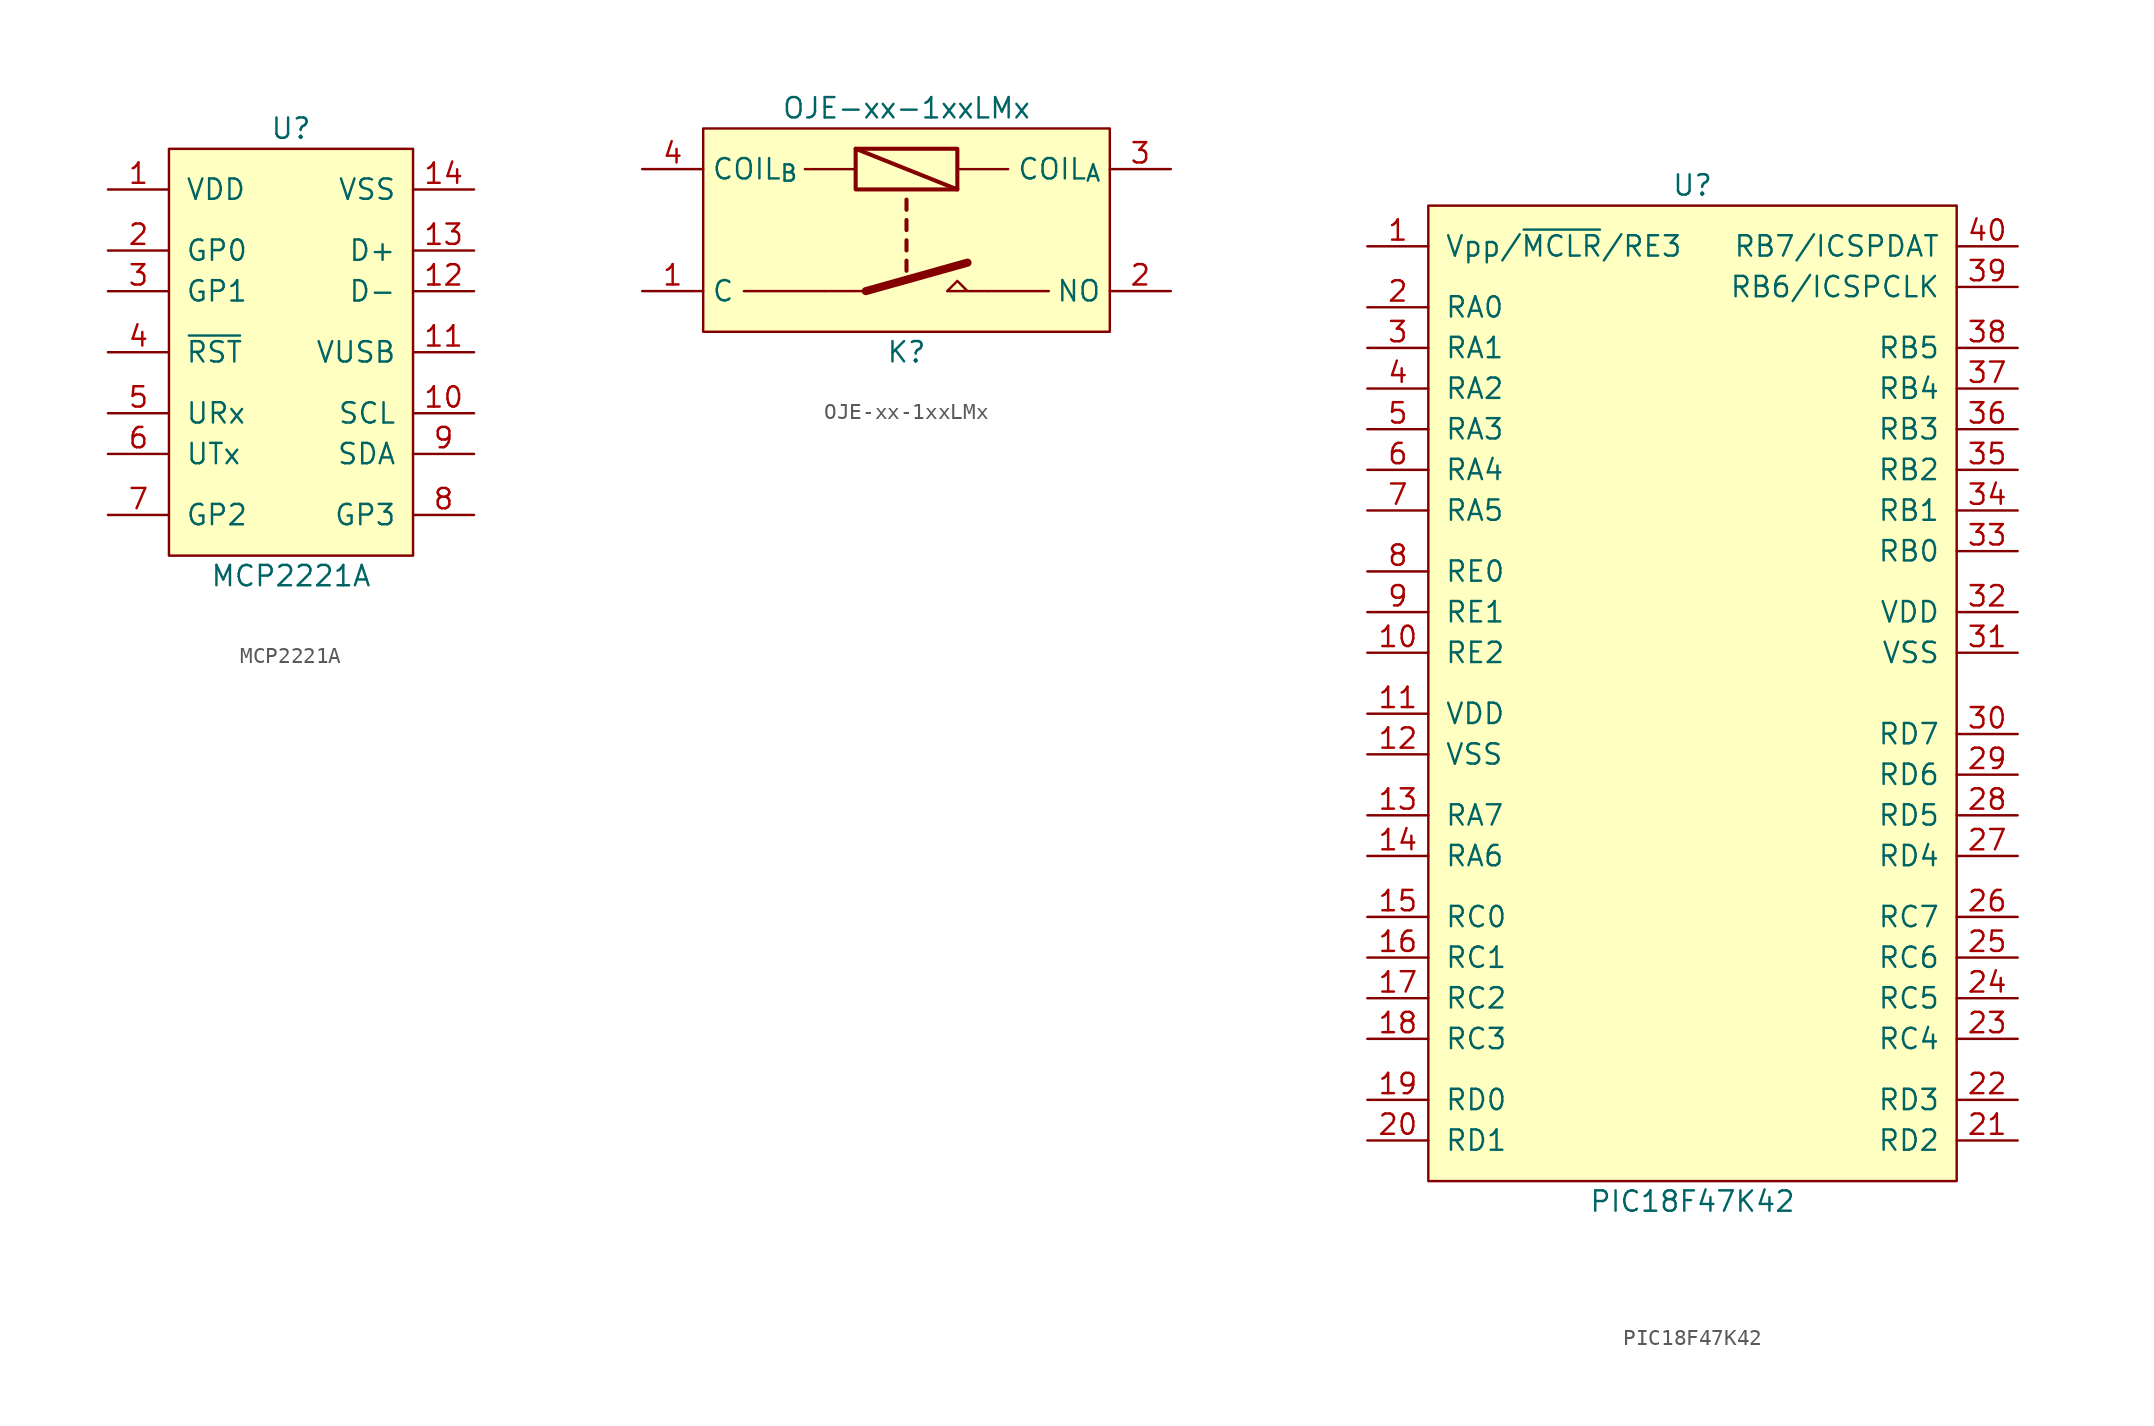
<source format=kicad_sym>
(kicad_symbol_lib
  (version 20211014)
  (generator kicad_symbol_editor)
  (symbol "MCP2221A"
    (pin_names
      (offset 1.016))
    (property "Reference" "U"
      (at 0 13.97 0)
      (effects (font (size 1.27 1.27))))
    (property "Value" "MCP2221A"
      (at 0 -13.97 0)
      (effects (font (size 1.27 1.27))))
    (symbol "MCP2221A_0_0"
      (pin power_in line (at -11.43 10.16 0) (length 3.81) (name "VDD" (effects (font (size 1.27 1.27)))) (number "1" (effects (font (size 1.27 1.27)))))
      (pin bidirectional line (at 11.43 -3.81 180) (length 3.81) (name "SCL" (effects (font (size 1.27 1.27)))) (number "10" (effects (font (size 1.27 1.27)))))
      (pin power_out line (at 11.43 0 180) (length 3.81) (name "VUSB" (effects (font (size 1.27 1.27)))) (number "11" (effects (font (size 1.27 1.27)))))
      (pin bidirectional line (at 11.43 3.81 180) (length 3.81) (name "D-" (effects (font (size 1.27 1.27)))) (number "12" (effects (font (size 1.27 1.27)))))
      (pin bidirectional line (at 11.43 6.35 180) (length 3.81) (name "D+" (effects (font (size 1.27 1.27)))) (number "13" (effects (font (size 1.27 1.27)))))
      (pin power_in line (at 11.43 10.16 180) (length 3.81) (name "VSS" (effects (font (size 1.27 1.27)))) (number "14" (effects (font (size 1.27 1.27)))))
      (pin bidirectional line (at -11.43 6.35 0) (length 3.81) (name "GP0" (effects (font (size 1.27 1.27)))) (number "2" (effects (font (size 1.27 1.27)))))
      (pin bidirectional line (at -11.43 3.81 0) (length 3.81) (name "GP1" (effects (font (size 1.27 1.27)))) (number "3" (effects (font (size 1.27 1.27)))))
      (pin input line (at -11.43 0 0) (length 3.81) (name "~{RST}" (effects (font (size 1.27 1.27)))) (number "4" (effects (font (size 1.27 1.27)))))
      (pin input line (at -11.43 -3.81 0) (length 3.81) (name "URx" (effects (font (size 1.27 1.27)))) (number "5" (effects (font (size 1.27 1.27)))))
      (pin output line (at -11.43 -6.35 0) (length 3.81) (name "UTx" (effects (font (size 1.27 1.27)))) (number "6" (effects (font (size 1.27 1.27)))))
      (pin bidirectional line (at -11.43 -10.16 0) (length 3.81) (name "GP2" (effects (font (size 1.27 1.27)))) (number "7" (effects (font (size 1.27 1.27)))))
      (pin bidirectional line (at 11.43 -10.16 180) (length 3.81) (name "GP3" (effects (font (size 1.27 1.27)))) (number "8" (effects (font (size 1.27 1.27)))))
      (pin bidirectional line (at 11.43 -6.35 180) (length 3.81) (name "SDA" (effects (font (size 1.27 1.27)))) (number "9" (effects (font (size 1.27 1.27))))))
    (symbol "MCP2221A_0_1"
      (rectangle (start -7.62 12.7) (end 7.62 -12.7) (stroke (width 0) (type default) (color 0 0 0 0)) (fill (type background)))))
  (symbol "OJE-xx-1xxLMx"
    (property "Reference" "K"
      (at 0 -7.62 0)
      (effects (font (size 1.27 1.27))))
    (property "Value" "OJE-xx-1xxLMx"
      (at 0 7.62 0)
      (effects (font (size 1.27 1.27))))
    (symbol "OJE-xx-1xxLMx_0_1"
      (rectangle (start -12.7 6.35) (end 12.7 -6.35) (stroke (width 0.152) (type default) (color 0 0 0 0)) (fill (type background)))
      (rectangle (start -3.175 5.08) (end 3.175 2.54) (stroke (width 0.254) (type default) (color 0 0 0 0)) (fill (type none)))
      (polyline (pts (xy -5.08 -3.81) (xy -10.16 -3.81)) (stroke (width 0.152) (type default) (color 0 0 0 0)) (fill (type none)))
      (polyline (pts (xy -3.175 3.81) (xy -6.35 3.81)) (stroke (width 0.152) (type default) (color 0 0 0 0)) (fill (type none)))
      (polyline (pts (xy -3.175 5.08) (xy 3.175 2.54)) (stroke (width 0.254) (type default) (color 0 0 0 0)) (fill (type none)))
      (polyline (pts (xy 3.175 3.81) (xy 6.35 3.81)) (stroke (width 0.152) (type default) (color 0 0 0 0)) (fill (type none)))
      (polyline (pts (xy 5.08 -3.81) (xy 8.89 -3.81)) (stroke (width 0.152) (type default) (color 0 0 0 0)) (fill (type none))))
    (symbol "OJE-xx-1xxLMx_1_1"
      (polyline (pts (xy -2.54 -3.81) (xy -5.08 -3.81)) (stroke (width 0) (type default) (color 0 0 0 0)) (fill (type none)))
      (polyline (pts (xy -2.54 -3.81) (xy 3.81 -2.032)) (stroke (width 0.508) (type default) (color 0 0 0 0)) (fill (type none)))
      (polyline (pts (xy 0 -1.905) (xy 0 -2.54)) (stroke (width 0.254) (type default) (color 0 0 0 0)) (fill (type none)))
      (polyline (pts (xy 0 -0.635) (xy 0 -1.27)) (stroke (width 0.254) (type default) (color 0 0 0 0)) (fill (type none)))
      (polyline (pts (xy 0 0.635) (xy 0 0)) (stroke (width 0.254) (type default) (color 0 0 0 0)) (fill (type none)))
      (polyline (pts (xy 0 1.905) (xy 0 1.27)) (stroke (width 0.254) (type default) (color 0 0 0 0)) (fill (type none)))
      (polyline (pts (xy 5.08 -3.81) (xy 2.54 -3.81) (xy 3.175 -3.175) (xy 3.81 -3.81)) (stroke (width 0) (type default) (color 0 0 0 0)) (fill (type none)))
      (pin passive line (at -16.51 -3.81 0) (length 3.81) (name "C" (effects (font (size 1.27 1.27)))) (number "1" (effects (font (size 1.27 1.27)))))
      (pin passive line (at 16.51 -3.81 180) (length 3.81) (name "NO" (effects (font (size 1.27 1.27)))) (number "2" (effects (font (size 1.27 1.27)))))
      (pin passive line (at 16.51 3.81 180) (length 3.81) (name "COIL_{A}" (effects (font (size 1.27 1.27)))) (number "3" (effects (font (size 1.27 1.27)))))
      (pin passive line (at -16.51 3.81 0) (length 3.81) (name "COIL_{B}" (effects (font (size 1.27 1.27)))) (number "4" (effects (font (size 1.27 1.27)))))))
  (symbol "PIC18F47K42"
    (pin_names
      (offset 1.016))
    (property "Reference" "U"
      (at 0 31.75 0)
      (effects (font (size 1.27 1.27))))
    (property "Value" "PIC18F47K42"
      (at 0 -31.75 0)
      (effects (font (size 1.27 1.27))))
    (symbol "PIC18F47K42_0_0"
      (pin input line (at -20.32 27.94 0) (length 3.81) (name "Vpp/~{MCLR}/RE3" (effects (font (size 1.27 1.27)))) (number "1" (effects (font (size 1.27 1.27)))))
      (pin bidirectional line (at -20.32 2.54 0) (length 3.81) (name "RE2" (effects (font (size 1.27 1.27)))) (number "10" (effects (font (size 1.27 1.27)))))
      (pin power_in line (at -20.32 -1.27 0) (length 3.81) (name "VDD" (effects (font (size 1.27 1.27)))) (number "11" (effects (font (size 1.27 1.27)))))
      (pin power_in line (at -20.32 -3.81 0) (length 3.81) (name "VSS" (effects (font (size 1.27 1.27)))) (number "12" (effects (font (size 1.27 1.27)))))
      (pin bidirectional line (at -20.32 -7.62 0) (length 3.81) (name "RA7" (effects (font (size 1.27 1.27)))) (number "13" (effects (font (size 1.27 1.27)))))
      (pin bidirectional line (at -20.32 -10.16 0) (length 3.81) (name "RA6" (effects (font (size 1.27 1.27)))) (number "14" (effects (font (size 1.27 1.27)))))
      (pin bidirectional line (at -20.32 -13.97 0) (length 3.81) (name "RC0" (effects (font (size 1.27 1.27)))) (number "15" (effects (font (size 1.27 1.27)))))
      (pin bidirectional line (at -20.32 -16.51 0) (length 3.81) (name "RC1" (effects (font (size 1.27 1.27)))) (number "16" (effects (font (size 1.27 1.27)))))
      (pin bidirectional line (at -20.32 -19.05 0) (length 3.81) (name "RC2" (effects (font (size 1.27 1.27)))) (number "17" (effects (font (size 1.27 1.27)))))
      (pin bidirectional line (at -20.32 -21.59 0) (length 3.81) (name "RC3" (effects (font (size 1.27 1.27)))) (number "18" (effects (font (size 1.27 1.27)))))
      (pin bidirectional line (at -20.32 -25.4 0) (length 3.81) (name "RD0" (effects (font (size 1.27 1.27)))) (number "19" (effects (font (size 1.27 1.27)))))
      (pin bidirectional line (at -20.32 24.13 0) (length 3.81) (name "RA0" (effects (font (size 1.27 1.27)))) (number "2" (effects (font (size 1.27 1.27)))))
      (pin bidirectional line (at -20.32 -27.94 0) (length 3.81) (name "RD1" (effects (font (size 1.27 1.27)))) (number "20" (effects (font (size 1.27 1.27)))))
      (pin bidirectional line (at 20.32 -27.94 180) (length 3.81) (name "RD2" (effects (font (size 1.27 1.27)))) (number "21" (effects (font (size 1.27 1.27)))))
      (pin bidirectional line (at 20.32 -25.4 180) (length 3.81) (name "RD3" (effects (font (size 1.27 1.27)))) (number "22" (effects (font (size 1.27 1.27)))))
      (pin bidirectional line (at 20.32 -21.59 180) (length 3.81) (name "RC4" (effects (font (size 1.27 1.27)))) (number "23" (effects (font (size 1.27 1.27)))))
      (pin bidirectional line (at 20.32 -19.05 180) (length 3.81) (name "RC5" (effects (font (size 1.27 1.27)))) (number "24" (effects (font (size 1.27 1.27)))))
      (pin bidirectional line (at 20.32 -16.51 180) (length 3.81) (name "RC6" (effects (font (size 1.27 1.27)))) (number "25" (effects (font (size 1.27 1.27)))))
      (pin bidirectional line (at 20.32 -13.97 180) (length 3.81) (name "RC7" (effects (font (size 1.27 1.27)))) (number "26" (effects (font (size 1.27 1.27)))))
      (pin bidirectional line (at 20.32 -10.16 180) (length 3.81) (name "RD4" (effects (font (size 1.27 1.27)))) (number "27" (effects (font (size 1.27 1.27)))))
      (pin bidirectional line (at 20.32 -7.62 180) (length 3.81) (name "RD5" (effects (font (size 1.27 1.27)))) (number "28" (effects (font (size 1.27 1.27)))))
      (pin bidirectional line (at 20.32 -5.08 180) (length 3.81) (name "RD6" (effects (font (size 1.27 1.27)))) (number "29" (effects (font (size 1.27 1.27)))))
      (pin bidirectional line (at -20.32 21.59 0) (length 3.81) (name "RA1" (effects (font (size 1.27 1.27)))) (number "3" (effects (font (size 1.27 1.27)))))
      (pin bidirectional line (at 20.32 -2.54 180) (length 3.81) (name "RD7" (effects (font (size 1.27 1.27)))) (number "30" (effects (font (size 1.27 1.27)))))
      (pin power_in line (at 20.32 2.54 180) (length 3.81) (name "VSS" (effects (font (size 1.27 1.27)))) (number "31" (effects (font (size 1.27 1.27)))))
      (pin power_in line (at 20.32 5.08 180) (length 3.81) (name "VDD" (effects (font (size 1.27 1.27)))) (number "32" (effects (font (size 1.27 1.27)))))
      (pin bidirectional line (at 20.32 8.89 180) (length 3.81) (name "RB0" (effects (font (size 1.27 1.27)))) (number "33" (effects (font (size 1.27 1.27)))))
      (pin bidirectional line (at 20.32 11.43 180) (length 3.81) (name "RB1" (effects (font (size 1.27 1.27)))) (number "34" (effects (font (size 1.27 1.27)))))
      (pin bidirectional line (at 20.32 13.97 180) (length 3.81) (name "RB2" (effects (font (size 1.27 1.27)))) (number "35" (effects (font (size 1.27 1.27)))))
      (pin bidirectional line (at 20.32 16.51 180) (length 3.81) (name "RB3" (effects (font (size 1.27 1.27)))) (number "36" (effects (font (size 1.27 1.27)))))
      (pin bidirectional line (at 20.32 19.05 180) (length 3.81) (name "RB4" (effects (font (size 1.27 1.27)))) (number "37" (effects (font (size 1.27 1.27)))))
      (pin bidirectional line (at 20.32 21.59 180) (length 3.81) (name "RB5" (effects (font (size 1.27 1.27)))) (number "38" (effects (font (size 1.27 1.27)))))
      (pin bidirectional line (at 20.32 25.4 180) (length 3.81) (name "RB6/ICSPCLK" (effects (font (size 1.27 1.27)))) (number "39" (effects (font (size 1.27 1.27)))))
      (pin bidirectional line (at -20.32 19.05 0) (length 3.81) (name "RA2" (effects (font (size 1.27 1.27)))) (number "4" (effects (font (size 1.27 1.27)))))
      (pin bidirectional line (at 20.32 27.94 180) (length 3.81) (name "RB7/ICSPDAT" (effects (font (size 1.27 1.27)))) (number "40" (effects (font (size 1.27 1.27)))))
      (pin bidirectional line (at -20.32 16.51 0) (length 3.81) (name "RA3" (effects (font (size 1.27 1.27)))) (number "5" (effects (font (size 1.27 1.27)))))
      (pin bidirectional line (at -20.32 13.97 0) (length 3.81) (name "RA4" (effects (font (size 1.27 1.27)))) (number "6" (effects (font (size 1.27 1.27)))))
      (pin bidirectional line (at -20.32 11.43 0) (length 3.81) (name "RA5" (effects (font (size 1.27 1.27)))) (number "7" (effects (font (size 1.27 1.27)))))
      (pin bidirectional line (at -20.32 7.62 0) (length 3.81) (name "RE0" (effects (font (size 1.27 1.27)))) (number "8" (effects (font (size 1.27 1.27)))))
      (pin bidirectional line (at -20.32 5.08 0) (length 3.81) (name "RE1" (effects (font (size 1.27 1.27)))) (number "9" (effects (font (size 1.27 1.27))))))
    (symbol "PIC18F47K42_0_1"
      (rectangle (start -16.51 30.48) (end 16.51 -30.48) (stroke (width 0) (type default) (color 0 0 0 0)) (fill (type background))))))
</source>
